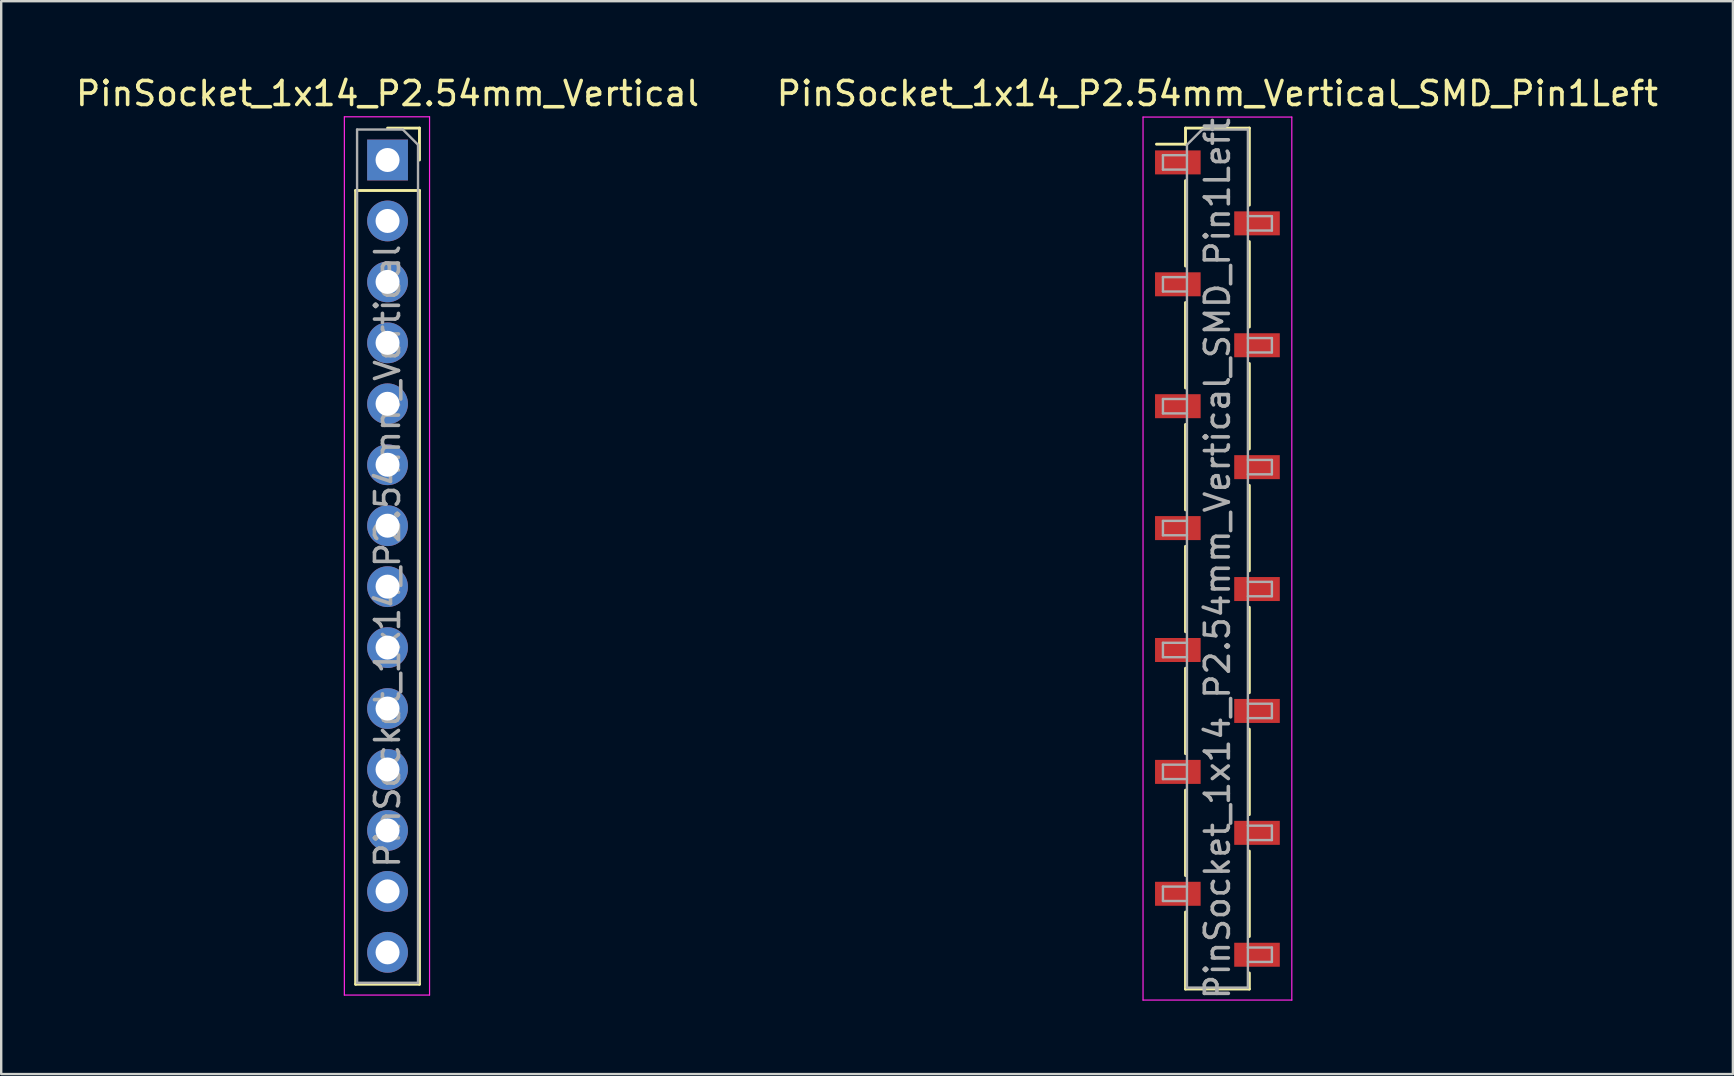
<source format=kicad_pcb>
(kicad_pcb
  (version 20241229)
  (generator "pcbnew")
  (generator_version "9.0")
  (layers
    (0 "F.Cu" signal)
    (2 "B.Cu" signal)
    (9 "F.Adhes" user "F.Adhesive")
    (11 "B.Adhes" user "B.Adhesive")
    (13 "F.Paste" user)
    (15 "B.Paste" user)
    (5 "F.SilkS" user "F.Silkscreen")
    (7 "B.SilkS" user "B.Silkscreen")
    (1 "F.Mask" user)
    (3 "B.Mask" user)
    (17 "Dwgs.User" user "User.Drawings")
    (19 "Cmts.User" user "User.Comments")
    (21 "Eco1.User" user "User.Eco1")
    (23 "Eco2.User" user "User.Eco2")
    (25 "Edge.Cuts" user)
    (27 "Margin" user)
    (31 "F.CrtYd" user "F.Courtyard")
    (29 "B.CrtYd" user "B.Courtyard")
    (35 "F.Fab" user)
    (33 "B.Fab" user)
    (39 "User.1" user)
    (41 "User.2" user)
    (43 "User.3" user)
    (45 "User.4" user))
  (footprint "PinSocket_1x14_P2.54mm_Vertical_SMD_Pin1Left"
    (layer "F.Cu")
    (at 47.685 20.228)
    (property "Reference" "PinSocket_1x14_P2.54mm_Vertical_SMD_Pin1Left" (at 0 -19.38 0) (layer "F.SilkS") (effects (font (size 1 1) (thickness 0.15))))
    (attr smd)
    (fp_line (start -2.54 -17.27) (end -1.33 -17.27) (stroke (width 0.12) (type solid)) (layer "F.SilkS"))
    (fp_line (start -1.33 -17.94) (end -1.33 -17.27) (stroke (width 0.12) (type solid)) (layer "F.SilkS"))
    (fp_line (start -1.33 -17.94) (end 1.33 -17.94) (stroke (width 0.12) (type solid)) (layer "F.SilkS"))
    (fp_line (start -1.33 -15.75) (end -1.33 -12.19) (stroke (width 0.12) (type solid)) (layer "F.SilkS"))
    (fp_line (start -1.33 -10.67) (end -1.33 -7.11) (stroke (width 0.12) (type solid)) (layer "F.SilkS"))
    (fp_line (start -1.33 -5.59) (end -1.33 -2.03) (stroke (width 0.12) (type solid)) (layer "F.SilkS"))
    (fp_line (start -1.33 -0.51) (end -1.33 3.05) (stroke (width 0.12) (type solid)) (layer "F.SilkS"))
    (fp_line (start -1.33 4.57) (end -1.33 8.13) (stroke (width 0.12) (type solid)) (layer "F.SilkS"))
    (fp_line (start -1.33 9.65) (end -1.33 13.21) (stroke (width 0.12) (type solid)) (layer "F.SilkS"))
    (fp_line (start -1.33 14.73) (end -1.33 17.94) (stroke (width 0.12) (type solid)) (layer "F.SilkS"))
    (fp_line (start -1.33 17.94) (end 1.33 17.94) (stroke (width 0.12) (type solid)) (layer "F.SilkS"))
    (fp_line (start 1.33 -17.94) (end 1.33 -14.73) (stroke (width 0.12) (type solid)) (layer "F.SilkS"))
    (fp_line (start 1.33 -13.21) (end 1.33 -9.65) (stroke (width 0.12) (type solid)) (layer "F.SilkS"))
    (fp_line (start 1.33 -8.13) (end 1.33 -4.57) (stroke (width 0.12) (type solid)) (layer "F.SilkS"))
    (fp_line (start 1.33 -3.05) (end 1.33 0.51) (stroke (width 0.12) (type solid)) (layer "F.SilkS"))
    (fp_line (start 1.33 2.03) (end 1.33 5.59) (stroke (width 0.12) (type solid)) (layer "F.SilkS"))
    (fp_line (start 1.33 7.11) (end 1.33 10.67) (stroke (width 0.12) (type solid)) (layer "F.SilkS"))
    (fp_line (start 1.33 12.19) (end 1.33 15.75) (stroke (width 0.12) (type solid)) (layer "F.SilkS"))
    (fp_line (start 1.33 17.27) (end 1.33 17.94) (stroke (width 0.12) (type solid)) (layer "F.SilkS"))
    (fp_line (start -3.1 -18.4) (end 3.1 -18.4) (stroke (width 0.05) (type solid)) (layer "F.CrtYd"))
    (fp_line (start -3.1 18.4) (end -3.1 -18.4) (stroke (width 0.05) (type solid)) (layer "F.CrtYd"))
    (fp_line (start 3.1 -18.4) (end 3.1 18.4) (stroke (width 0.05) (type solid)) (layer "F.CrtYd"))
    (fp_line (start 3.1 18.4) (end -3.1 18.4) (stroke (width 0.05) (type solid)) (layer "F.CrtYd"))
    (fp_line (start -2.27 -16.81) (end -1.27 -16.81) (stroke (width 0.1) (type solid)) (layer "F.Fab"))
    (fp_line (start -2.27 -16.21) (end -2.27 -16.81) (stroke (width 0.1) (type solid)) (layer "F.Fab"))
    (fp_line (start -2.27 -11.73) (end -1.27 -11.73) (stroke (width 0.1) (type solid)) (layer "F.Fab"))
    (fp_line (start -2.27 -11.13) (end -2.27 -11.73) (stroke (width 0.1) (type solid)) (layer "F.Fab"))
    (fp_line (start -2.27 -6.65) (end -1.27 -6.65) (stroke (width 0.1) (type solid)) (layer "F.Fab"))
    (fp_line (start -2.27 -6.05) (end -2.27 -6.65) (stroke (width 0.1) (type solid)) (layer "F.Fab"))
    (fp_line (start -2.27 -1.57) (end -1.27 -1.57) (stroke (width 0.1) (type solid)) (layer "F.Fab"))
    (fp_line (start -2.27 -0.97) (end -2.27 -1.57) (stroke (width 0.1) (type solid)) (layer "F.Fab"))
    (fp_line (start -2.27 3.51) (end -1.27 3.51) (stroke (width 0.1) (type solid)) (layer "F.Fab"))
    (fp_line (start -2.27 4.11) (end -2.27 3.51) (stroke (width 0.1) (type solid)) (layer "F.Fab"))
    (fp_line (start -2.27 8.59) (end -1.27 8.59) (stroke (width 0.1) (type solid)) (layer "F.Fab"))
    (fp_line (start -2.27 9.19) (end -2.27 8.59) (stroke (width 0.1) (type solid)) (layer "F.Fab"))
    (fp_line (start -2.27 13.67) (end -1.27 13.67) (stroke (width 0.1) (type solid)) (layer "F.Fab"))
    (fp_line (start -2.27 14.27) (end -2.27 13.67) (stroke (width 0.1) (type solid)) (layer "F.Fab"))
    (fp_line (start -1.27 -17.245) (end -0.635 -17.88) (stroke (width 0.1) (type solid)) (layer "F.Fab"))
    (fp_line (start -1.27 -16.21) (end -2.27 -16.21) (stroke (width 0.1) (type solid)) (layer "F.Fab"))
    (fp_line (start -1.27 -11.13) (end -2.27 -11.13) (stroke (width 0.1) (type solid)) (layer "F.Fab"))
    (fp_line (start -1.27 -6.05) (end -2.27 -6.05) (stroke (width 0.1) (type solid)) (layer "F.Fab"))
    (fp_line (start -1.27 -0.97) (end -2.27 -0.97) (stroke (width 0.1) (type solid)) (layer "F.Fab"))
    (fp_line (start -1.27 4.11) (end -2.27 4.11) (stroke (width 0.1) (type solid)) (layer "F.Fab"))
    (fp_line (start -1.27 9.19) (end -2.27 9.19) (stroke (width 0.1) (type solid)) (layer "F.Fab"))
    (fp_line (start -1.27 14.27) (end -2.27 14.27) (stroke (width 0.1) (type solid)) (layer "F.Fab"))
    (fp_line (start -1.27 17.88) (end -1.27 -17.245) (stroke (width 0.1) (type solid)) (layer "F.Fab"))
    (fp_line (start -0.635 -17.88) (end 1.27 -17.88) (stroke (width 0.1) (type solid)) (layer "F.Fab"))
    (fp_line (start 1.27 -17.88) (end 1.27 17.88) (stroke (width 0.1) (type solid)) (layer "F.Fab"))
    (fp_line (start 1.27 -14.27) (end 2.27 -14.27) (stroke (width 0.1) (type solid)) (layer "F.Fab"))
    (fp_line (start 1.27 -9.19) (end 2.27 -9.19) (stroke (width 0.1) (type solid)) (layer "F.Fab"))
    (fp_line (start 1.27 -4.11) (end 2.27 -4.11) (stroke (width 0.1) (type solid)) (layer "F.Fab"))
    (fp_line (start 1.27 0.97) (end 2.27 0.97) (stroke (width 0.1) (type solid)) (layer "F.Fab"))
    (fp_line (start 1.27 6.05) (end 2.27 6.05) (stroke (width 0.1) (type solid)) (layer "F.Fab"))
    (fp_line (start 1.27 11.13) (end 2.27 11.13) (stroke (width 0.1) (type solid)) (layer "F.Fab"))
    (fp_line (start 1.27 16.21) (end 2.27 16.21) (stroke (width 0.1) (type solid)) (layer "F.Fab"))
    (fp_line (start 1.27 17.88) (end -1.27 17.88) (stroke (width 0.1) (type solid)) (layer "F.Fab"))
    (fp_line (start 2.27 -14.27) (end 2.27 -13.67) (stroke (width 0.1) (type solid)) (layer "F.Fab"))
    (fp_line (start 2.27 -13.67) (end 1.27 -13.67) (stroke (width 0.1) (type solid)) (layer "F.Fab"))
    (fp_line (start 2.27 -9.19) (end 2.27 -8.59) (stroke (width 0.1) (type solid)) (layer "F.Fab"))
    (fp_line (start 2.27 -8.59) (end 1.27 -8.59) (stroke (width 0.1) (type solid)) (layer "F.Fab"))
    (fp_line (start 2.27 -4.11) (end 2.27 -3.51) (stroke (width 0.1) (type solid)) (layer "F.Fab"))
    (fp_line (start 2.27 -3.51) (end 1.27 -3.51) (stroke (width 0.1) (type solid)) (layer "F.Fab"))
    (fp_line (start 2.27 0.97) (end 2.27 1.57) (stroke (width 0.1) (type solid)) (layer "F.Fab"))
    (fp_line (start 2.27 1.57) (end 1.27 1.57) (stroke (width 0.1) (type solid)) (layer "F.Fab"))
    (fp_line (start 2.27 6.05) (end 2.27 6.65) (stroke (width 0.1) (type solid)) (layer "F.Fab"))
    (fp_line (start 2.27 6.65) (end 1.27 6.65) (stroke (width 0.1) (type solid)) (layer "F.Fab"))
    (fp_line (start 2.27 11.13) (end 2.27 11.73) (stroke (width 0.1) (type solid)) (layer "F.Fab"))
    (fp_line (start 2.27 11.73) (end 1.27 11.73) (stroke (width 0.1) (type solid)) (layer "F.Fab"))
    (fp_line (start 2.27 16.21) (end 2.27 16.81) (stroke (width 0.1) (type solid)) (layer "F.Fab"))
    (fp_line (start 2.27 16.81) (end 1.27 16.81) (stroke (width 0.1) (type solid)) (layer "F.Fab"))
    (fp_text user "${REFERENCE}" (at 0 0 90) (layer "F.Fab") (effects (font (size 1 1) (thickness 0.15))))
    (pad "1" smd rect (at -1.65 -16.51) (size 1.9 1) (layers "F.Cu" "F.Mask" "F.Paste"))
    (pad "2" smd rect (at 1.65 -13.97) (size 1.9 1) (layers "F.Cu" "F.Mask" "F.Paste"))
    (pad "3" smd rect (at -1.65 -11.43) (size 1.9 1) (layers "F.Cu" "F.Mask" "F.Paste"))
    (pad "4" smd rect (at 1.65 -8.89) (size 1.9 1) (layers "F.Cu" "F.Mask" "F.Paste"))
    (pad "5" smd rect (at -1.65 -6.35) (size 1.9 1) (layers "F.Cu" "F.Mask" "F.Paste"))
    (pad "6" smd rect (at 1.65 -3.81) (size 1.9 1) (layers "F.Cu" "F.Mask" "F.Paste"))
    (pad "7" smd rect (at -1.65 -1.27) (size 1.9 1) (layers "F.Cu" "F.Mask" "F.Paste"))
    (pad "8" smd rect (at 1.65 1.27) (size 1.9 1) (layers "F.Cu" "F.Mask" "F.Paste"))
    (pad "9" smd rect (at -1.65 3.81) (size 1.9 1) (layers "F.Cu" "F.Mask" "F.Paste"))
    (pad "10" smd rect (at 1.65 6.35) (size 1.9 1) (layers "F.Cu" "F.Mask" "F.Paste"))
    (pad "11" smd rect (at -1.65 8.89) (size 1.9 1) (layers "F.Cu" "F.Mask" "F.Paste"))
    (pad "12" smd rect (at 1.65 11.43) (size 1.9 1) (layers "F.Cu" "F.Mask" "F.Paste"))
    (pad "13" smd rect (at -1.65 13.97) (size 1.9 1) (layers "F.Cu" "F.Mask" "F.Paste"))
    (pad "14" smd rect (at 1.65 16.51) (size 1.9 1) (layers "F.Cu" "F.Mask" "F.Paste")))
  (footprint "PinSocket_1x14_P2.54mm_Vertical"
    (layer "F.Cu")
    (at 13.101 3.618)
    (property "Reference" "PinSocket_1x14_P2.54mm_Vertical" (at 0 -2.77 0) (layer "F.SilkS") (effects (font (size 1 1) (thickness 0.15))))
    (attr through_hole)
    (fp_line (start -1.33 1.27) (end -1.33 34.35) (stroke (width 0.12) (type solid)) (layer "F.SilkS"))
    (fp_line (start -1.33 1.27) (end 1.33 1.27) (stroke (width 0.12) (type solid)) (layer "F.SilkS"))
    (fp_line (start -1.33 34.35) (end 1.33 34.35) (stroke (width 0.12) (type solid)) (layer "F.SilkS"))
    (fp_line (start 0 -1.33) (end 1.33 -1.33) (stroke (width 0.12) (type solid)) (layer "F.SilkS"))
    (fp_line (start 1.33 -1.33) (end 1.33 0) (stroke (width 0.12) (type solid)) (layer "F.SilkS"))
    (fp_line (start 1.33 1.27) (end 1.33 34.35) (stroke (width 0.12) (type solid)) (layer "F.SilkS"))
    (fp_line (start -1.8 -1.8) (end 1.75 -1.8) (stroke (width 0.05) (type solid)) (layer "F.CrtYd"))
    (fp_line (start -1.8 34.8) (end -1.8 -1.8) (stroke (width 0.05) (type solid)) (layer "F.CrtYd"))
    (fp_line (start 1.75 -1.8) (end 1.75 34.8) (stroke (width 0.05) (type solid)) (layer "F.CrtYd"))
    (fp_line (start 1.75 34.8) (end -1.8 34.8) (stroke (width 0.05) (type solid)) (layer "F.CrtYd"))
    (fp_line (start -1.27 -1.27) (end 0.635 -1.27) (stroke (width 0.1) (type solid)) (layer "F.Fab"))
    (fp_line (start -1.27 34.29) (end -1.27 -1.27) (stroke (width 0.1) (type solid)) (layer "F.Fab"))
    (fp_line (start 0.635 -1.27) (end 1.27 -0.635) (stroke (width 0.1) (type solid)) (layer "F.Fab"))
    (fp_line (start 1.27 -0.635) (end 1.27 34.29) (stroke (width 0.1) (type solid)) (layer "F.Fab"))
    (fp_line (start 1.27 34.29) (end -1.27 34.29) (stroke (width 0.1) (type solid)) (layer "F.Fab"))
    (fp_text user "${REFERENCE}" (at 0 16.51 90) (layer "F.Fab") (effects (font (size 1 1) (thickness 0.15))))
    (pad "1" thru_hole rect (at 0 0) (size 1.7 1.7) (drill 1) (layers "*.Cu" "*.Mask"))
    (pad "2" thru_hole oval (at 0 2.54) (size 1.7 1.7) (drill 1) (layers "*.Cu" "*.Mask"))
    (pad "3" thru_hole oval (at 0 5.08) (size 1.7 1.7) (drill 1) (layers "*.Cu" "*.Mask"))
    (pad "4" thru_hole oval (at 0 7.62) (size 1.7 1.7) (drill 1) (layers "*.Cu" "*.Mask"))
    (pad "5" thru_hole oval (at 0 10.16) (size 1.7 1.7) (drill 1) (layers "*.Cu" "*.Mask"))
    (pad "6" thru_hole oval (at 0 12.7) (size 1.7 1.7) (drill 1) (layers "*.Cu" "*.Mask"))
    (pad "7" thru_hole oval (at 0 15.24) (size 1.7 1.7) (drill 1) (layers "*.Cu" "*.Mask"))
    (pad "8" thru_hole oval (at 0 17.78) (size 1.7 1.7) (drill 1) (layers "*.Cu" "*.Mask"))
    (pad "9" thru_hole oval (at 0 20.32) (size 1.7 1.7) (drill 1) (layers "*.Cu" "*.Mask"))
    (pad "10" thru_hole oval (at 0 22.86) (size 1.7 1.7) (drill 1) (layers "*.Cu" "*.Mask"))
    (pad "11" thru_hole oval (at 0 25.4) (size 1.7 1.7) (drill 1) (layers "*.Cu" "*.Mask"))
    (pad "12" thru_hole oval (at 0 27.94) (size 1.7 1.7) (drill 1) (layers "*.Cu" "*.Mask"))
    (pad "13" thru_hole oval (at 0 30.48) (size 1.7 1.7) (drill 1) (layers "*.Cu" "*.Mask"))
    (pad "14" thru_hole oval (at 0 33.02) (size 1.7 1.7) (drill 1) (layers "*.Cu" "*.Mask")))
  (gr_rect
    (start -3 -3)
    (end 69.167 41.71)
    (stroke (width 0.1) (type default))
    (fill no)
    (layer "Edge.Cuts")))
</source>
